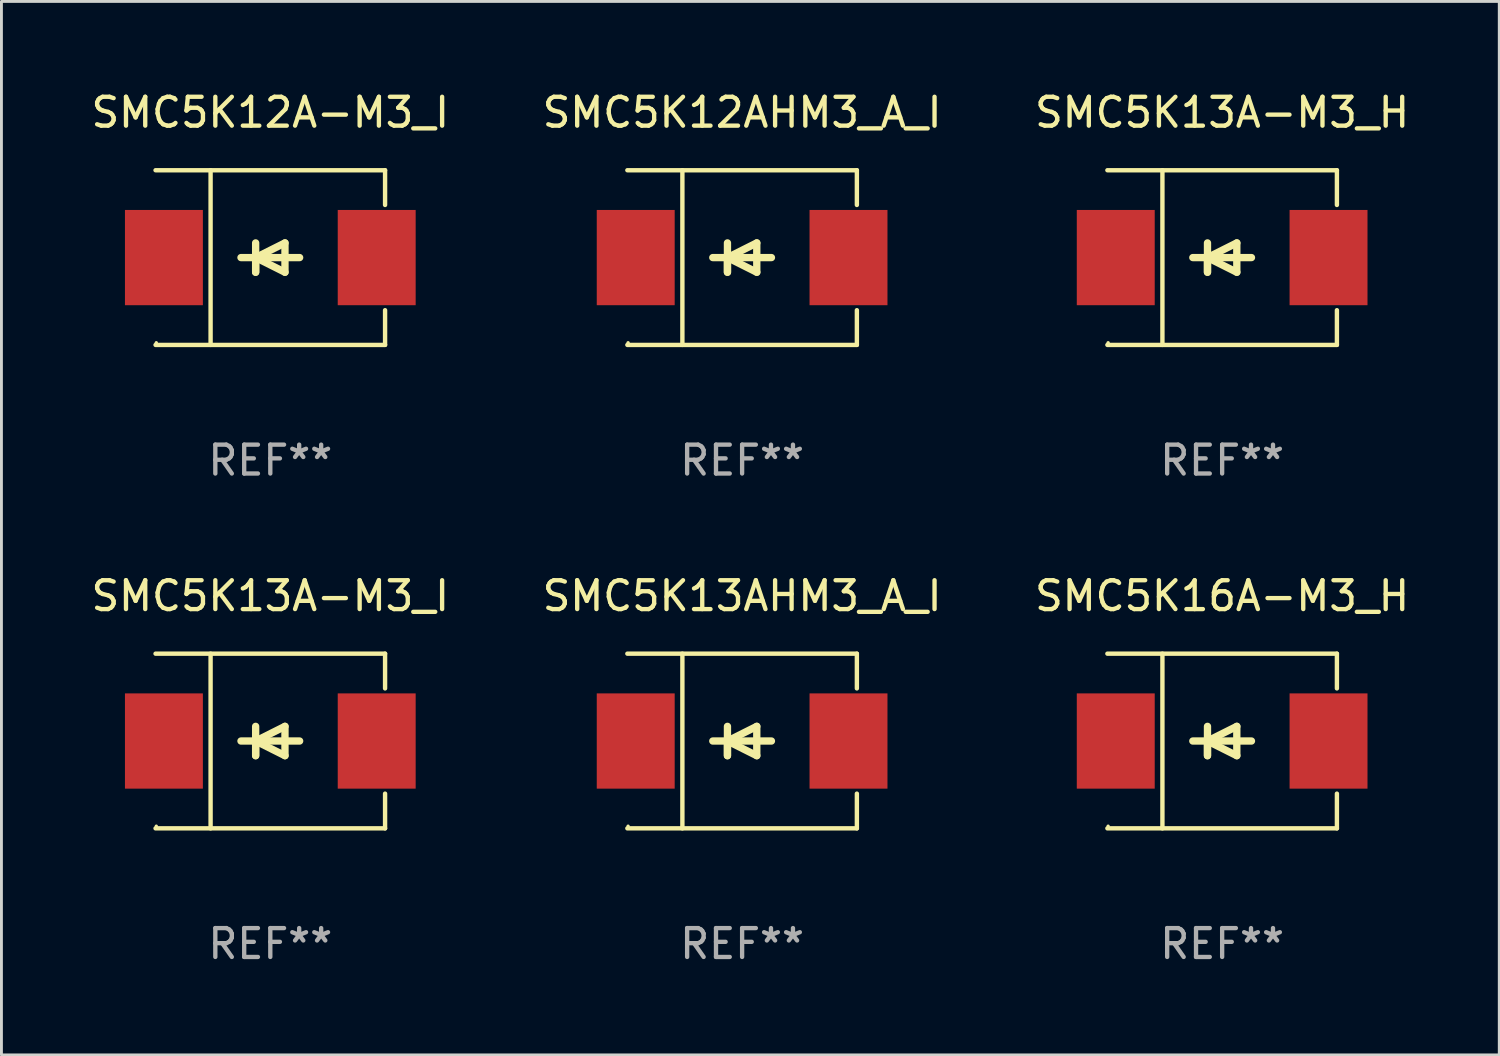
<source format=kicad_pcb>
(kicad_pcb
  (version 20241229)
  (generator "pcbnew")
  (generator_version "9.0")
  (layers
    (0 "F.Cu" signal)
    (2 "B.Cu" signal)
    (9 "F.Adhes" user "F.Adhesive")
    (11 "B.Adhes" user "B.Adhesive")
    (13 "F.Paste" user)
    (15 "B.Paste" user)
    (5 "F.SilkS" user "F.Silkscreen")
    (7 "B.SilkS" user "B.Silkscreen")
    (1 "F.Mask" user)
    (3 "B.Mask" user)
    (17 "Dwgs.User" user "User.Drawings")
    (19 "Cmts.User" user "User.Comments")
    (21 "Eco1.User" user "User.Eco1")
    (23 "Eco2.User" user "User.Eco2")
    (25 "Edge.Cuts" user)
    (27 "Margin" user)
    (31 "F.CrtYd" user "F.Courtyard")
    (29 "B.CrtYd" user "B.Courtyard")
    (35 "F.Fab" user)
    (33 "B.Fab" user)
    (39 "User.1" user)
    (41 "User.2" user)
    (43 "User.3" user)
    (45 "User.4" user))
  (footprint "SMC5K13A-M3_H"
    (layer "F.Cu")
    (at 39.292 5.874)
    (property "Reference" "SMC5K13A-M3_H" (at 0 -5.026 0) (layer "F.SilkS") (effects (font (size 1 1) (thickness 0.15))))
    (attr through_hole)
    (fp_line (start -3.976 -3.026) (end 3.976 -3.026) (stroke (width 0.152) (type solid)) (layer "F.SilkS"))
    (fp_line (start -3.976 3.026) (end 3.976 3.026) (stroke (width 0.152) (type solid)) (layer "F.SilkS"))
    (fp_line (start -2.069 -3.026) (end -2.069 3.026) (stroke (width 0.152) (type solid)) (layer "F.SilkS"))
    (fp_line (start -0.508 0) (end -0.508 0.508) (stroke (width 0.254) (type solid)) (layer "F.SilkS"))
    (fp_line (start -0.508 0) (end 0.508 0.508) (stroke (width 0.254) (type solid)) (layer "F.SilkS"))
    (fp_line (start -0.508 0.508) (end -0.508 -0.508) (stroke (width 0.254) (type solid)) (layer "F.SilkS"))
    (fp_line (start 0.508 -0.508) (end -0.508 0) (stroke (width 0.254) (type solid)) (layer "F.SilkS"))
    (fp_line (start 0.508 0.508) (end 0.508 -0.508) (stroke (width 0.254) (type solid)) (layer "F.SilkS"))
    (fp_line (start 1.016 0) (end -1.016 0) (stroke (width 0.254) (type solid)) (layer "F.SilkS"))
    (fp_line (start 3.976 -3.026) (end 3.976 -1.823) (stroke (width 0.152) (type solid)) (layer "F.SilkS"))
    (fp_line (start 3.976 3.026) (end 3.976 1.823) (stroke (width 0.152) (type solid)) (layer "F.SilkS"))
    (fp_circle (center -3.95 2.95) (end -3.92 2.95) (stroke (width 0.06) (type solid)) (fill no) (layer "F.SilkS"))
    (fp_text user "REF**" (at 0 7.026 0) (layer "F.Fab") (effects (font (size 1 1) (thickness 0.15))))
    (pad "1" smd rect (at -3.686 0) (size 2.7 3.3) (layers "F.Cu" "F.Mask" "F.Paste"))
    (pad "2" smd rect (at 3.686 0) (size 2.7 3.3) (layers "F.Cu" "F.Mask" "F.Paste")))
  (footprint "SMC5K13A-M3_I"
    (layer "F.Cu")
    (at 6.315 22.623)
    (property "Reference" "SMC5K13A-M3_I" (at 0 -5.026 0) (layer "F.SilkS") (effects (font (size 1 1) (thickness 0.15))))
    (attr through_hole)
    (fp_line (start -3.976 -3.026) (end 3.976 -3.026) (stroke (width 0.152) (type solid)) (layer "F.SilkS"))
    (fp_line (start -3.976 3.026) (end 3.976 3.026) (stroke (width 0.152) (type solid)) (layer "F.SilkS"))
    (fp_line (start -2.069 -3.026) (end -2.069 3.026) (stroke (width 0.152) (type solid)) (layer "F.SilkS"))
    (fp_line (start -0.508 0) (end -0.508 0.508) (stroke (width 0.254) (type solid)) (layer "F.SilkS"))
    (fp_line (start -0.508 0) (end 0.508 0.508) (stroke (width 0.254) (type solid)) (layer "F.SilkS"))
    (fp_line (start -0.508 0.508) (end -0.508 -0.508) (stroke (width 0.254) (type solid)) (layer "F.SilkS"))
    (fp_line (start 0.508 -0.508) (end -0.508 0) (stroke (width 0.254) (type solid)) (layer "F.SilkS"))
    (fp_line (start 0.508 0.508) (end 0.508 -0.508) (stroke (width 0.254) (type solid)) (layer "F.SilkS"))
    (fp_line (start 1.016 0) (end -1.016 0) (stroke (width 0.254) (type solid)) (layer "F.SilkS"))
    (fp_line (start 3.976 -3.026) (end 3.976 -1.823) (stroke (width 0.152) (type solid)) (layer "F.SilkS"))
    (fp_line (start 3.976 3.026) (end 3.976 1.823) (stroke (width 0.152) (type solid)) (layer "F.SilkS"))
    (fp_circle (center -3.95 2.95) (end -3.92 2.95) (stroke (width 0.06) (type solid)) (fill no) (layer "F.SilkS"))
    (fp_text user "REF**" (at 0 7.026 0) (layer "F.Fab") (effects (font (size 1 1) (thickness 0.15))))
    (pad "1" smd rect (at -3.686 0) (size 2.7 3.3) (layers "F.Cu" "F.Mask" "F.Paste"))
    (pad "2" smd rect (at 3.686 0) (size 2.7 3.3) (layers "F.Cu" "F.Mask" "F.Paste")))
  (footprint "SMC5K12A-M3_I"
    (layer "F.Cu")
    (at 6.315 5.874)
    (property "Reference" "SMC5K12A-M3_I" (at 0 -5.026 0) (layer "F.SilkS") (effects (font (size 1 1) (thickness 0.15))))
    (attr through_hole)
    (fp_line (start -3.976 -3.026) (end 3.976 -3.026) (stroke (width 0.152) (type solid)) (layer "F.SilkS"))
    (fp_line (start -3.976 3.026) (end 3.976 3.026) (stroke (width 0.152) (type solid)) (layer "F.SilkS"))
    (fp_line (start -2.069 -3.026) (end -2.069 3.026) (stroke (width 0.152) (type solid)) (layer "F.SilkS"))
    (fp_line (start -0.508 0) (end -0.508 0.508) (stroke (width 0.254) (type solid)) (layer "F.SilkS"))
    (fp_line (start -0.508 0) (end 0.508 0.508) (stroke (width 0.254) (type solid)) (layer "F.SilkS"))
    (fp_line (start -0.508 0.508) (end -0.508 -0.508) (stroke (width 0.254) (type solid)) (layer "F.SilkS"))
    (fp_line (start 0.508 -0.508) (end -0.508 0) (stroke (width 0.254) (type solid)) (layer "F.SilkS"))
    (fp_line (start 0.508 0.508) (end 0.508 -0.508) (stroke (width 0.254) (type solid)) (layer "F.SilkS"))
    (fp_line (start 1.016 0) (end -1.016 0) (stroke (width 0.254) (type solid)) (layer "F.SilkS"))
    (fp_line (start 3.976 -3.026) (end 3.976 -1.823) (stroke (width 0.152) (type solid)) (layer "F.SilkS"))
    (fp_line (start 3.976 3.026) (end 3.976 1.823) (stroke (width 0.152) (type solid)) (layer "F.SilkS"))
    (fp_circle (center -3.95 2.95) (end -3.92 2.95) (stroke (width 0.06) (type solid)) (fill no) (layer "F.SilkS"))
    (fp_text user "REF**" (at 0 7.026 0) (layer "F.Fab") (effects (font (size 1 1) (thickness 0.15))))
    (pad "1" smd rect (at -3.686 0) (size 2.7 3.3) (layers "F.Cu" "F.Mask" "F.Paste"))
    (pad "2" smd rect (at 3.686 0) (size 2.7 3.3) (layers "F.Cu" "F.Mask" "F.Paste")))
  (footprint "SMC5K12AHM3_A_I"
    (layer "F.Cu")
    (at 22.661 5.874)
    (property "Reference" "SMC5K12AHM3_A_I" (at 0 -5.026 0) (layer "F.SilkS") (effects (font (size 1 1) (thickness 0.15))))
    (attr through_hole)
    (fp_line (start -3.976 -3.026) (end 3.976 -3.026) (stroke (width 0.152) (type solid)) (layer "F.SilkS"))
    (fp_line (start -3.976 3.026) (end 3.976 3.026) (stroke (width 0.152) (type solid)) (layer "F.SilkS"))
    (fp_line (start -2.069 -3.026) (end -2.069 3.026) (stroke (width 0.152) (type solid)) (layer "F.SilkS"))
    (fp_line (start -0.508 0) (end -0.508 0.508) (stroke (width 0.254) (type solid)) (layer "F.SilkS"))
    (fp_line (start -0.508 0) (end 0.508 0.508) (stroke (width 0.254) (type solid)) (layer "F.SilkS"))
    (fp_line (start -0.508 0.508) (end -0.508 -0.508) (stroke (width 0.254) (type solid)) (layer "F.SilkS"))
    (fp_line (start 0.508 -0.508) (end -0.508 0) (stroke (width 0.254) (type solid)) (layer "F.SilkS"))
    (fp_line (start 0.508 0.508) (end 0.508 -0.508) (stroke (width 0.254) (type solid)) (layer "F.SilkS"))
    (fp_line (start 1.016 0) (end -1.016 0) (stroke (width 0.254) (type solid)) (layer "F.SilkS"))
    (fp_line (start 3.976 -3.026) (end 3.976 -1.823) (stroke (width 0.152) (type solid)) (layer "F.SilkS"))
    (fp_line (start 3.976 3.026) (end 3.976 1.823) (stroke (width 0.152) (type solid)) (layer "F.SilkS"))
    (fp_circle (center -3.95 2.95) (end -3.92 2.95) (stroke (width 0.06) (type solid)) (fill no) (layer "F.SilkS"))
    (fp_text user "REF**" (at 0 7.026 0) (layer "F.Fab") (effects (font (size 1 1) (thickness 0.15))))
    (pad "1" smd rect (at -3.686 0) (size 2.7 3.3) (layers "F.Cu" "F.Mask" "F.Paste"))
    (pad "2" smd rect (at 3.686 0) (size 2.7 3.3) (layers "F.Cu" "F.Mask" "F.Paste")))
  (footprint "SMC5K13AHM3_A_I"
    (layer "F.Cu")
    (at 22.661 22.623)
    (property "Reference" "SMC5K13AHM3_A_I" (at 0 -5.026 0) (layer "F.SilkS") (effects (font (size 1 1) (thickness 0.15))))
    (attr through_hole)
    (fp_line (start -3.976 -3.026) (end 3.976 -3.026) (stroke (width 0.152) (type solid)) (layer "F.SilkS"))
    (fp_line (start -3.976 3.026) (end 3.976 3.026) (stroke (width 0.152) (type solid)) (layer "F.SilkS"))
    (fp_line (start -2.069 -3.026) (end -2.069 3.026) (stroke (width 0.152) (type solid)) (layer "F.SilkS"))
    (fp_line (start -0.508 0) (end -0.508 0.508) (stroke (width 0.254) (type solid)) (layer "F.SilkS"))
    (fp_line (start -0.508 0) (end 0.508 0.508) (stroke (width 0.254) (type solid)) (layer "F.SilkS"))
    (fp_line (start -0.508 0.508) (end -0.508 -0.508) (stroke (width 0.254) (type solid)) (layer "F.SilkS"))
    (fp_line (start 0.508 -0.508) (end -0.508 0) (stroke (width 0.254) (type solid)) (layer "F.SilkS"))
    (fp_line (start 0.508 0.508) (end 0.508 -0.508) (stroke (width 0.254) (type solid)) (layer "F.SilkS"))
    (fp_line (start 1.016 0) (end -1.016 0) (stroke (width 0.254) (type solid)) (layer "F.SilkS"))
    (fp_line (start 3.976 -3.026) (end 3.976 -1.823) (stroke (width 0.152) (type solid)) (layer "F.SilkS"))
    (fp_line (start 3.976 3.026) (end 3.976 1.823) (stroke (width 0.152) (type solid)) (layer "F.SilkS"))
    (fp_circle (center -3.95 2.95) (end -3.92 2.95) (stroke (width 0.06) (type solid)) (fill no) (layer "F.SilkS"))
    (fp_text user "REF**" (at 0 7.026 0) (layer "F.Fab") (effects (font (size 1 1) (thickness 0.15))))
    (pad "1" smd rect (at -3.686 0) (size 2.7 3.3) (layers "F.Cu" "F.Mask" "F.Paste"))
    (pad "2" smd rect (at 3.686 0) (size 2.7 3.3) (layers "F.Cu" "F.Mask" "F.Paste")))
  (footprint "SMC5K16A-M3_H"
    (layer "F.Cu")
    (at 39.292 22.623)
    (property "Reference" "SMC5K16A-M3_H" (at 0 -5.026 0) (layer "F.SilkS") (effects (font (size 1 1) (thickness 0.15))))
    (attr through_hole)
    (fp_line (start -3.976 -3.026) (end 3.976 -3.026) (stroke (width 0.152) (type solid)) (layer "F.SilkS"))
    (fp_line (start -3.976 3.026) (end 3.976 3.026) (stroke (width 0.152) (type solid)) (layer "F.SilkS"))
    (fp_line (start -2.069 -3.026) (end -2.069 3.026) (stroke (width 0.152) (type solid)) (layer "F.SilkS"))
    (fp_line (start -0.508 0) (end -0.508 0.508) (stroke (width 0.254) (type solid)) (layer "F.SilkS"))
    (fp_line (start -0.508 0) (end 0.508 0.508) (stroke (width 0.254) (type solid)) (layer "F.SilkS"))
    (fp_line (start -0.508 0.508) (end -0.508 -0.508) (stroke (width 0.254) (type solid)) (layer "F.SilkS"))
    (fp_line (start 0.508 -0.508) (end -0.508 0) (stroke (width 0.254) (type solid)) (layer "F.SilkS"))
    (fp_line (start 0.508 0.508) (end 0.508 -0.508) (stroke (width 0.254) (type solid)) (layer "F.SilkS"))
    (fp_line (start 1.016 0) (end -1.016 0) (stroke (width 0.254) (type solid)) (layer "F.SilkS"))
    (fp_line (start 3.976 -3.026) (end 3.976 -1.823) (stroke (width 0.152) (type solid)) (layer "F.SilkS"))
    (fp_line (start 3.976 3.026) (end 3.976 1.823) (stroke (width 0.152) (type solid)) (layer "F.SilkS"))
    (fp_circle (center -3.95 2.95) (end -3.92 2.95) (stroke (width 0.06) (type solid)) (fill no) (layer "F.SilkS"))
    (fp_text user "REF**" (at 0 7.026 0) (layer "F.Fab") (effects (font (size 1 1) (thickness 0.15))))
    (pad "1" smd rect (at -3.686 0) (size 2.7 3.3) (layers "F.Cu" "F.Mask" "F.Paste"))
    (pad "2" smd rect (at 3.686 0) (size 2.7 3.3) (layers "F.Cu" "F.Mask" "F.Paste")))
  (gr_rect
    (start -3 -3)
    (end 48.893 33.498)
    (stroke (width 0.1) (type default))
    (fill no)
    (layer "Edge.Cuts")))
</source>
